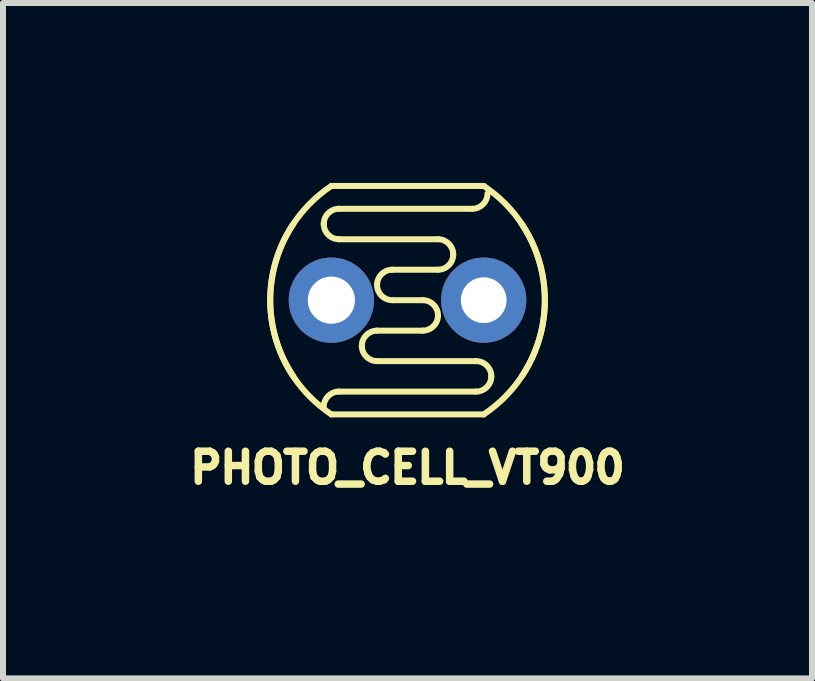
<source format=kicad_pcb>
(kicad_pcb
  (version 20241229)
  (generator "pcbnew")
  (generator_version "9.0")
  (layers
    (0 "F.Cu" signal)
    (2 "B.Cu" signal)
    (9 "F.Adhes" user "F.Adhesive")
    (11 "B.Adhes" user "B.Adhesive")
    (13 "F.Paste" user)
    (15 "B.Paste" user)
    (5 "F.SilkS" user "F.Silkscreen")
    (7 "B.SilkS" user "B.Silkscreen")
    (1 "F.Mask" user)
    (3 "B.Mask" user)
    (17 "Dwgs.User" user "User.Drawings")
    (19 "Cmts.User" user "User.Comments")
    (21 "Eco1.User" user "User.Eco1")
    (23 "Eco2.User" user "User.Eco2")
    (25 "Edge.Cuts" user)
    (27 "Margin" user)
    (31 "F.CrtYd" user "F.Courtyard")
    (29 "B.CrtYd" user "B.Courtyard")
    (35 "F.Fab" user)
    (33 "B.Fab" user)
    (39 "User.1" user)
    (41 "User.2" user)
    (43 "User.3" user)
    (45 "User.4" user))
  (footprint "PHOTO_CELL_VT900"
    (layer "F.Cu")
    (at 3.745 1.955)
    (property "Reference" "PHOTO_CELL_VT900" (at 0 2.794 0) (layer "F.SilkS") (effects (font (size 0.5 0.5) (thickness 0.125))))
    (attr through_hole)
    (fp_line (start -1.27 1.905) (end 1.27 1.905) (stroke (width 0.1) (type solid)) (layer "F.SilkS"))
    (fp_line (start -1.143 -1.524) (end 1.079 -1.524) (stroke (width 0.1) (type solid)) (layer "F.SilkS"))
    (fp_line (start -1.143 1.524) (end 1.143 1.524) (stroke (width 0.1) (type solid)) (layer "F.SilkS"))
    (fp_line (start -0.508 0.508) (end 0.254 0.508) (stroke (width 0.1) (type solid)) (layer "F.SilkS"))
    (fp_line (start -0.254 -0.508) (end 0.508 -0.508) (stroke (width 0.1) (type solid)) (layer "F.SilkS"))
    (fp_line (start -0.254 0) (end 0.254 0) (stroke (width 0.1) (type solid)) (layer "F.SilkS"))
    (fp_line (start 0.508 -1.016) (end -1.143 -1.016) (stroke (width 0.1) (type solid)) (layer "F.SilkS"))
    (fp_line (start 1.143 1.016) (end -0.508 1.016) (stroke (width 0.1) (type solid)) (layer "F.SilkS"))
    (fp_line (start 1.27 -1.905) (end -1.27 -1.905) (stroke (width 0.1) (type solid)) (layer "F.SilkS"))
    (fp_arc (start -1.905 1.27) (mid -2.245064 -0.449013) (end -1.27 -1.905) (stroke (width 0.1) (type solid)) (layer "F.SilkS"))
    (fp_arc (start -1.397 -1.27) (mid -1.322605 -1.449605) (end -1.143 -1.524) (stroke (width 0.1) (type solid)) (layer "F.SilkS"))
    (fp_arc (start -1.397 1.778) (mid -1.322605 1.598395) (end -1.143 1.524) (stroke (width 0.1) (type solid)) (layer "F.SilkS"))
    (fp_arc (start -1.27 1.905) (mid -2.245064 0.449013) (end -1.905 -1.27) (stroke (width 0.1) (type solid)) (layer "F.SilkS"))
    (fp_arc (start -1.143 -1.016) (mid -1.322605 -1.090395) (end -1.397 -1.27) (stroke (width 0.1) (type solid)) (layer "F.SilkS"))
    (fp_arc (start -0.762 0.762) (mid -0.687605 0.582395) (end -0.508 0.508) (stroke (width 0.1) (type solid)) (layer "F.SilkS"))
    (fp_arc (start -0.508 -0.254) (mid -0.433605 -0.433605) (end -0.254 -0.508) (stroke (width 0.1) (type solid)) (layer "F.SilkS"))
    (fp_arc (start -0.508 1.016) (mid -0.687605 0.941605) (end -0.762 0.762) (stroke (width 0.1) (type solid)) (layer "F.SilkS"))
    (fp_arc (start -0.254 0) (mid -0.433605 -0.074395) (end -0.508 -0.254) (stroke (width 0.1) (type solid)) (layer "F.SilkS"))
    (fp_arc (start 0.254 0) (mid 0.433605 0.074395) (end 0.508 0.254) (stroke (width 0.1) (type solid)) (layer "F.SilkS"))
    (fp_arc (start 0.508 -1.016) (mid 0.687605 -0.941605) (end 0.762 -0.762) (stroke (width 0.1) (type solid)) (layer "F.SilkS"))
    (fp_arc (start 0.508 0.254) (mid 0.433605 0.433605) (end 0.254 0.508) (stroke (width 0.1) (type solid)) (layer "F.SilkS"))
    (fp_arc (start 0.762 -0.762) (mid 0.687605 -0.582395) (end 0.508 -0.508) (stroke (width 0.1) (type solid)) (layer "F.SilkS"))
    (fp_arc (start 1.143 1.016) (mid 1.322605 1.090395) (end 1.397 1.27) (stroke (width 0.1) (type solid)) (layer "F.SilkS"))
    (fp_arc (start 1.27 -1.905) (mid 2.245064 -0.449013) (end 1.905 1.27) (stroke (width 0.1) (type solid)) (layer "F.SilkS"))
    (fp_arc (start 1.3335 -1.778) (mid 1.259105 -1.598395) (end 1.0795 -1.524) (stroke (width 0.1) (type solid)) (layer "F.SilkS"))
    (fp_arc (start 1.397 1.27) (mid 1.322605 1.449605) (end 1.143 1.524) (stroke (width 0.1) (type solid)) (layer "F.SilkS"))
    (fp_arc (start 1.905 -1.27) (mid 2.245064 0.449013) (end 1.27 1.905) (stroke (width 0.1) (type solid)) (layer "F.SilkS"))
    (pad "1" thru_hole circle (at -1.27 0) (size 1.422 1.422) (drill 0.787) (layers "*.Cu" "*.Mask"))
    (pad "2" thru_hole circle (at 1.27 0) (size 1.422 1.422) (drill 0.762) (layers "*.Cu" "*.Mask")))
  (gr_rect
    (start -3 -3)
    (end 10.489 8.261)
    (stroke (width 0.1) (type default))
    (fill no)
    (layer "Edge.Cuts")))
</source>
